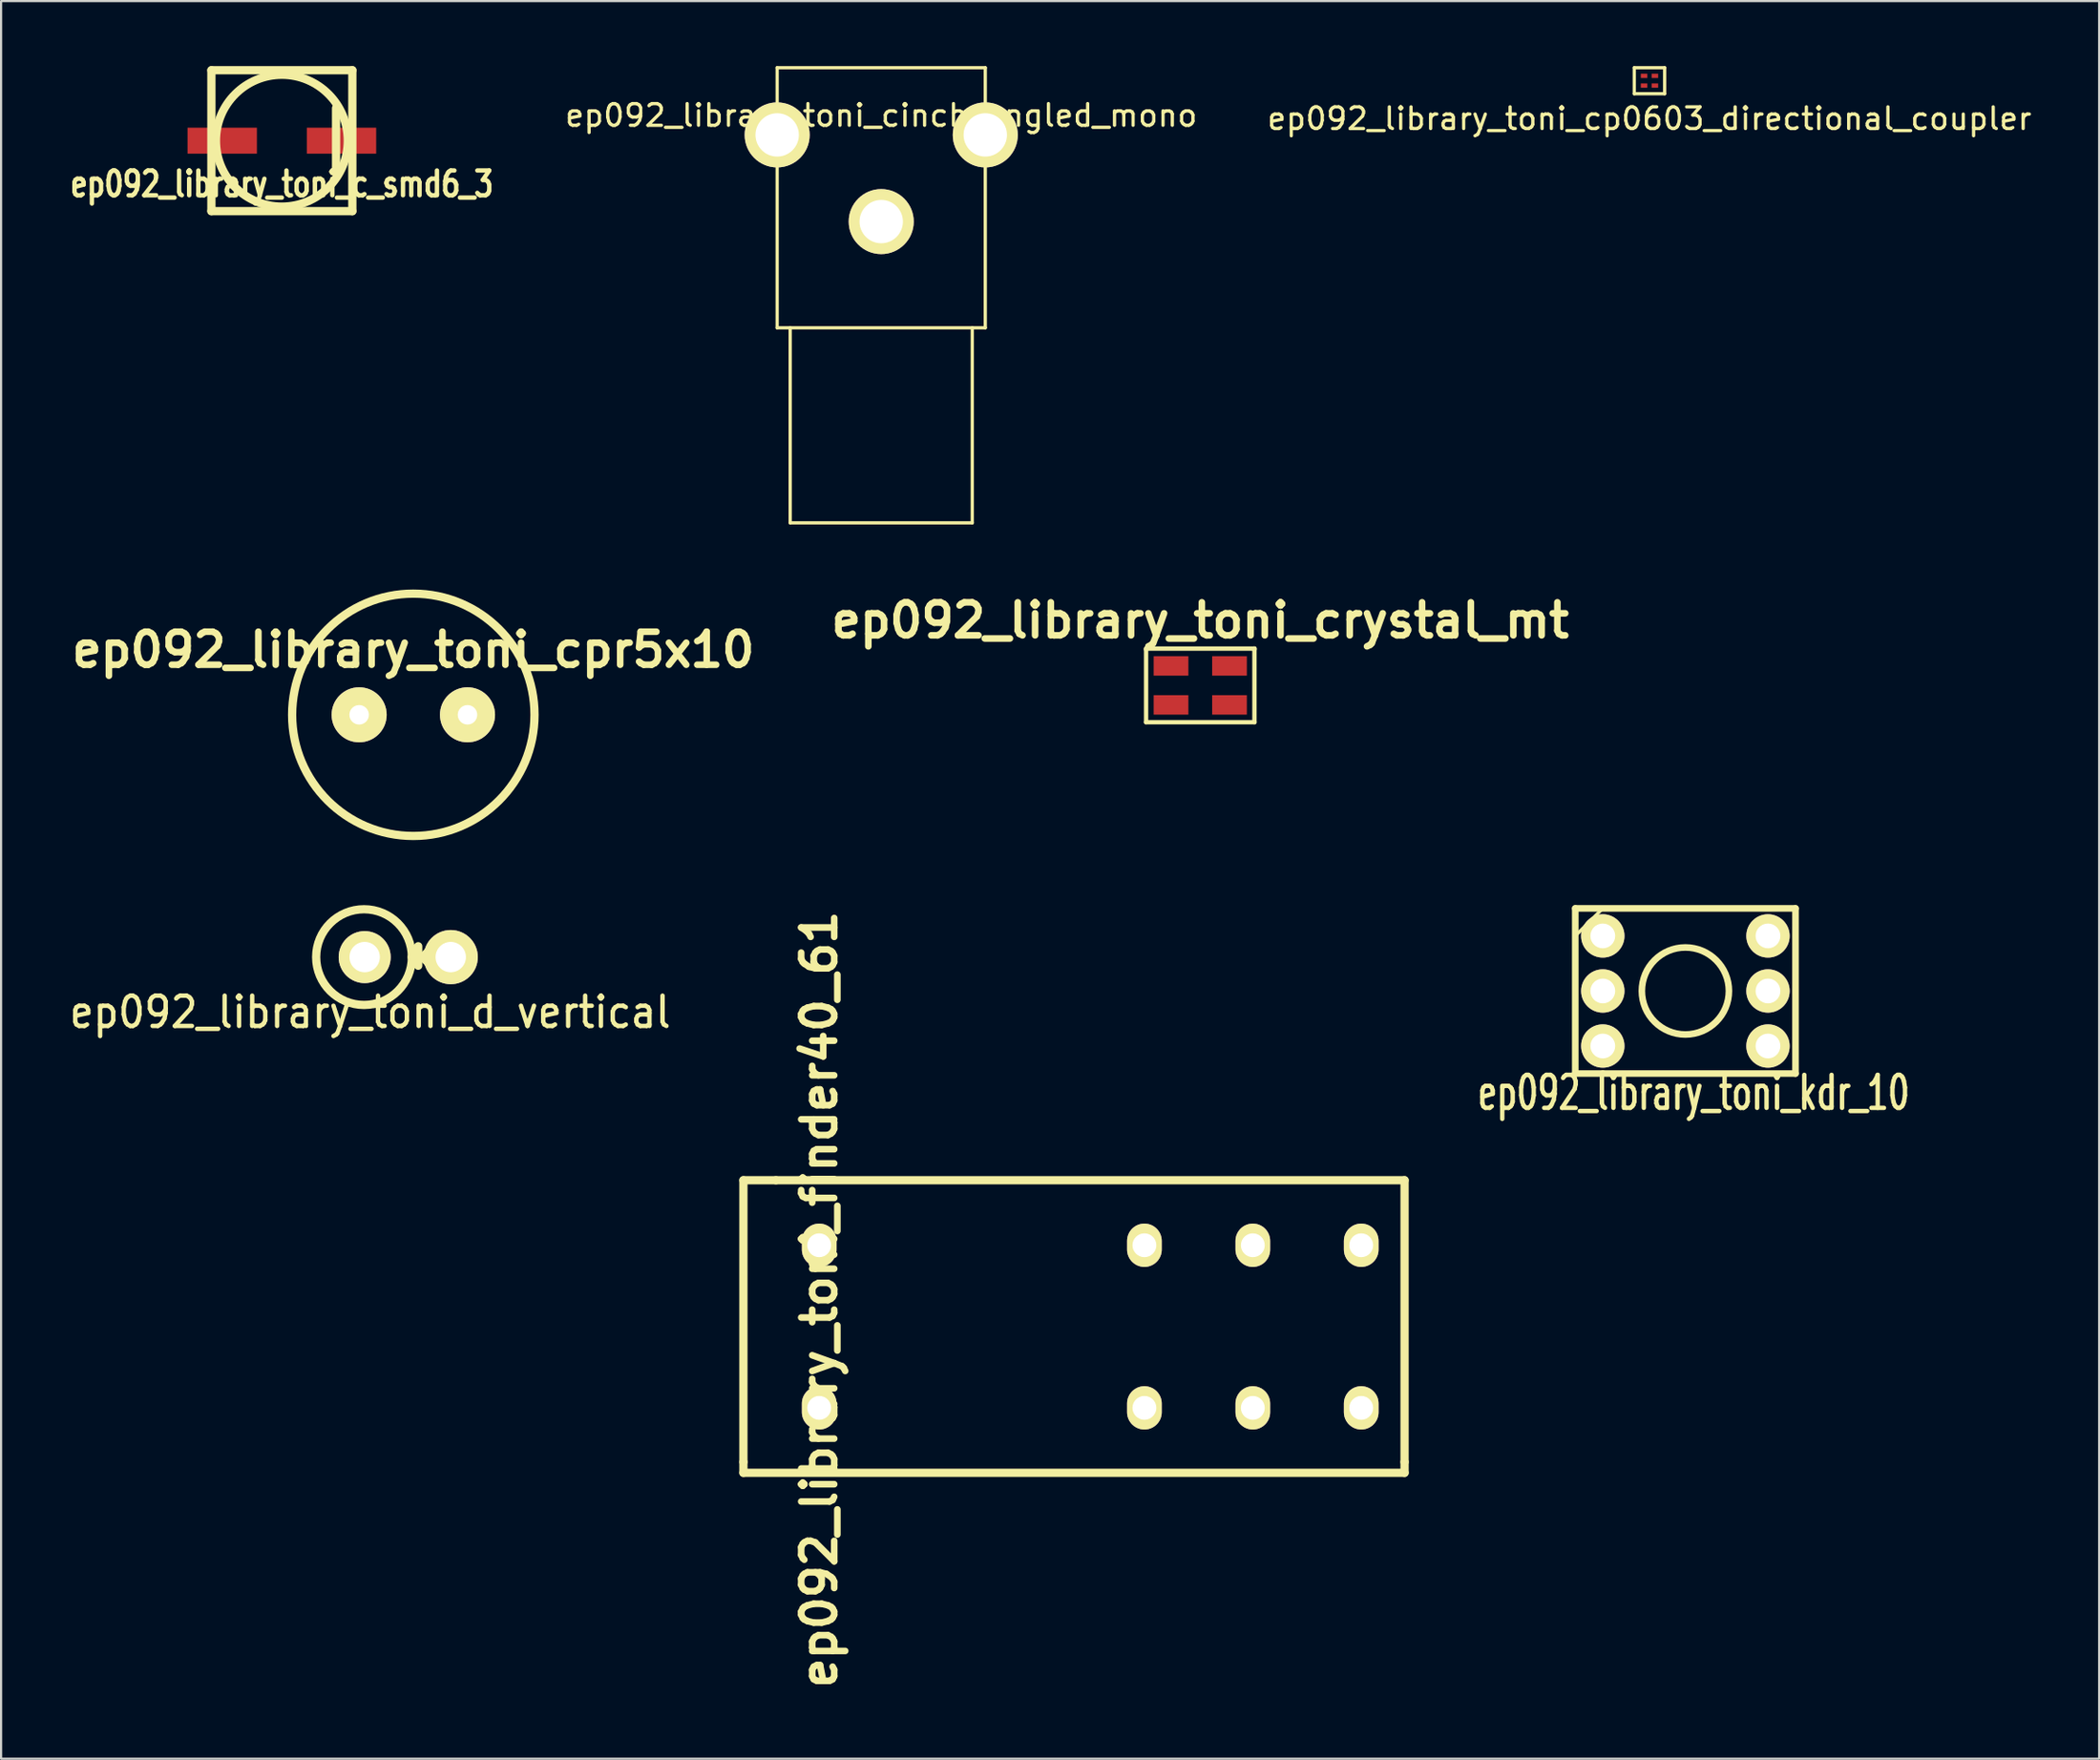
<source format=kicad_pcb>
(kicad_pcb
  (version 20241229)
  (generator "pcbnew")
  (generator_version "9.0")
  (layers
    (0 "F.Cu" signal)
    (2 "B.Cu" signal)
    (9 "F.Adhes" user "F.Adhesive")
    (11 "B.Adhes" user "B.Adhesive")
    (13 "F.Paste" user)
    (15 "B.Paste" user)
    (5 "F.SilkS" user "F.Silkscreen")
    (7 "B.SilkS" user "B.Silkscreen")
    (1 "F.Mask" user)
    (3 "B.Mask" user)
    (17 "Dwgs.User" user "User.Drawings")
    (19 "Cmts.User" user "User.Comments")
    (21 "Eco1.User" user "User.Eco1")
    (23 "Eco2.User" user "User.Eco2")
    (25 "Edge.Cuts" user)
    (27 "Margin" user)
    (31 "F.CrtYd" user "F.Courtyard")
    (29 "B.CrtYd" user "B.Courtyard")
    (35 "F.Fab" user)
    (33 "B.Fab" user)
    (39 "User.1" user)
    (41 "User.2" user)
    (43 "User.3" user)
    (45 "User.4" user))
  (footprint "ep092_library_toni_cp0603_directional_coupler"
    (layer "F.Cu")
    (at 73.042 0.675)
    (property "Reference" "ep092_library_toni_cp0603_directional_coupler" (at 0 1.75 0) (layer "F.SilkS") (effects (font (size 1 1) (thickness 0.15))))
    (attr through_hole)
    (fp_line (start -0.7 -0.6) (end 0.7 -0.6) (stroke (width 0.15) (type solid)) (layer "F.SilkS"))
    (fp_line (start -0.7 0.6) (end -0.7 -0.6) (stroke (width 0.15) (type solid)) (layer "F.SilkS"))
    (fp_line (start 0.7 -0.6) (end 0.7 0.6) (stroke (width 0.15) (type solid)) (layer "F.SilkS"))
    (fp_line (start 0.7 0.6) (end -0.7 0.6) (stroke (width 0.15) (type solid)) (layer "F.SilkS"))
    (pad "1" smd rect (at -0.25 -0.225) (size 0.3 0.2) (layers "F.Cu" "F.Mask" "F.Paste"))
    (pad "2" smd rect (at -0.25 0.225) (size 0.3 0.2) (layers "F.Cu" "F.Mask" "F.Paste"))
    (pad "3" smd rect (at 0.25 0.225) (size 0.3 0.2) (layers "F.Cu" "F.Mask" "F.Paste"))
    (pad "4" smd rect (at 0.25 -0.225) (size 0.3 0.2) (layers "F.Cu" "F.Mask" "F.Paste")))
  (footprint "ep092_library_toni_crystal_mt"
    (layer "F.Cu")
    (at 52.32 28.576)
    (property "Reference" "ep092_library_toni_crystal_mt" (at 0 -3 0) (layer "F.SilkS") (effects (font (size 1.524 1.524) (thickness 0.305))))
    (attr through_hole)
    (fp_line (start -2.499 -1.699) (end 2.499 -1.699) (stroke (width 0.201) (type solid)) (layer "F.SilkS"))
    (fp_line (start -2.499 -1.651) (end -2.499 -1.699) (stroke (width 0.201) (type solid)) (layer "F.SilkS"))
    (fp_line (start -2.499 -1.651) (end -2.499 1.699) (stroke (width 0.201) (type solid)) (layer "F.SilkS"))
    (fp_line (start -2.499 1.699) (end 2.499 1.699) (stroke (width 0.201) (type solid)) (layer "F.SilkS"))
    (fp_line (start 2.499 -1.699) (end 2.499 -1.651) (stroke (width 0.201) (type solid)) (layer "F.SilkS"))
    (fp_line (start 2.499 1.699) (end 2.499 -1.699) (stroke (width 0.201) (type solid)) (layer "F.SilkS"))
    (pad "1" smd rect (at -1.349 0.899) (size 1.6 0.899) (layers "F.Cu" "F.Mask" "F.Paste"))
    (pad "2" smd rect (at 1.349 -0.899) (size 1.6 0.899) (layers "F.Cu" "F.Mask" "F.Paste"))
    (pad "GND" smd rect (at -1.349 -0.899) (size 1.6 0.899) (layers "F.Cu" "F.Mask" "F.Paste"))
    (pad "GND" smd rect (at 1.349 0.899) (size 1.6 0.899) (layers "F.Cu" "F.Mask" "F.Paste")))
  (footprint "ep092_library_toni_cpr5x10"
    (layer "F.Cu")
    (at 16.017 29.932)
    (property "Reference" "ep092_library_toni_cpr5x10" (at 0 -3 0) (layer "F.SilkS") (effects (font (size 1.524 1.524) (thickness 0.305))))
    (attr through_hole)
    (fp_circle (center 0 0) (end 5.001 -2.499) (stroke (width 0.381) (type solid)) (fill no) (layer "F.SilkS"))
    (pad "1" thru_hole circle (at -2.499 0) (size 2.54 2.54) (drill 0.899) (layers "*.Cu" "*.Mask" "F.SilkS"))
    (pad "2" thru_hole circle (at 2.499 0) (size 2.54 2.54) (drill 0.899) (layers "*.Cu" "*.Mask" "F.SilkS")))
  (footprint "ep092_library_toni_cinch_angled_mono"
    (layer "F.Cu")
    (at 37.602 7.175)
    (property "Reference" "ep092_library_toni_cinch_angled_mono" (at 0 -4.9 0) (layer "F.SilkS") (effects (font (size 1 1) (thickness 0.15))))
    (attr through_hole)
    (fp_line (start -4.8 -7.1) (end 4.8 -7.1) (stroke (width 0.15) (type solid)) (layer "F.SilkS"))
    (fp_line (start -4.8 4.9) (end -4.8 -7.1) (stroke (width 0.15) (type solid)) (layer "F.SilkS"))
    (fp_line (start -4.2 4.9) (end -4.2 13.9) (stroke (width 0.15) (type solid)) (layer "F.SilkS"))
    (fp_line (start -4.2 13.9) (end 4.2 13.9) (stroke (width 0.15) (type solid)) (layer "F.SilkS"))
    (fp_line (start 4.2 13.9) (end 4.2 4.9) (stroke (width 0.15) (type solid)) (layer "F.SilkS"))
    (fp_line (start 4.8 -7.1) (end 4.8 4.9) (stroke (width 0.15) (type solid)) (layer "F.SilkS"))
    (fp_line (start 4.8 4.9) (end -4.8 4.9) (stroke (width 0.15) (type solid)) (layer "F.SilkS"))
    (pad "1" thru_hole circle (at -4.8 -4) (size 3 3) (drill 2) (layers "*.Cu" "*.Mask" "F.SilkS"))
    (pad "1" thru_hole circle (at 4.8 -4) (size 3 3) (drill 2) (layers "*.Cu" "*.Mask" "F.SilkS"))
    (pad "2" thru_hole circle (at 0 0) (size 3 3) (drill 2) (layers "*.Cu" "*.Mask" "F.SilkS")))
  (footprint "ep092_library_toni_kdr_10"
    (layer "F.Cu")
    (at 74.699 42.675)
    (property "Reference" "ep092_library_toni_kdr_10" (at 0.381 4.699 0) (layer "F.SilkS") (effects (font (size 1.524 1.016) (thickness 0.203))))
    (attr through_hole)
    (fp_line (start -5.08 -3.81) (end -5.08 3.81) (stroke (width 0.305) (type solid)) (layer "F.SilkS"))
    (fp_line (start -5.08 -2.54) (end -3.81 -3.81) (stroke (width 0.15) (type solid)) (layer "F.SilkS"))
    (fp_line (start -5.08 3.81) (end -3.81 3.81) (stroke (width 0.305) (type solid)) (layer "F.SilkS"))
    (fp_line (start -3.81 3.81) (end 5.08 3.81) (stroke (width 0.305) (type solid)) (layer "F.SilkS"))
    (fp_line (start 5.08 -3.81) (end -5.08 -3.81) (stroke (width 0.305) (type solid)) (layer "F.SilkS"))
    (fp_line (start 5.08 3.81) (end 5.08 -3.81) (stroke (width 0.305) (type solid)) (layer "F.SilkS"))
    (fp_circle (center 0 0) (end 1.905 0.635) (stroke (width 0.305) (type solid)) (fill no) (layer "F.SilkS"))
    (pad "1" thru_hole circle (at -3.81 0) (size 2 2) (drill 1.143) (layers "*.Cu" "*.Mask" "F.SilkS"))
    (pad "1" thru_hole circle (at 3.81 0) (size 2 2) (drill 1.143) (layers "*.Cu" "*.Mask" "F.SilkS"))
    (pad "2" thru_hole circle (at -3.81 -2.54) (size 2 2) (drill 1.143) (layers "*.Cu" "*.Mask" "F.SilkS"))
    (pad "3" thru_hole circle (at 3.81 2.54) (size 2 2) (drill 1.143) (layers "*.Cu" "*.Mask" "F.SilkS"))
    (pad "4" thru_hole circle (at -3.81 2.54) (size 2 2) (drill 1.143) (layers "*.Cu" "*.Mask" "F.SilkS"))
    (pad "5" thru_hole circle (at 3.81 -2.54) (size 2 2) (drill 1.143) (layers "*.Cu" "*.Mask" "F.SilkS")))
  (footprint "ep092_library_toni_d_vertical"
    (layer "F.Cu")
    (at 15.043 41.112)
    (property "Reference" "ep092_library_toni_d_vertical" (at -1.016 2.54 0) (layer "F.SilkS") (effects (font (size 1.397 1.27) (thickness 0.203))))
    (attr through_hole)
    (fp_line (start 0.899 0) (end 2.7 0) (stroke (width 0.381) (type solid)) (layer "F.SilkS"))
    (fp_line (start 1.199 -0.5) (end 1.199 0.399) (stroke (width 0.381) (type solid)) (layer "F.SilkS"))
    (fp_line (start 1.4 0) (end 1.9 -0.5) (stroke (width 0.381) (type solid)) (layer "F.SilkS"))
    (fp_line (start 1.9 -0.5) (end 1.9 0.5) (stroke (width 0.381) (type solid)) (layer "F.SilkS"))
    (fp_line (start 1.9 0.5) (end 1.4 0) (stroke (width 0.381) (type solid)) (layer "F.SilkS"))
    (fp_circle (center -1.3 0) (end 0.899 0.201) (stroke (width 0.381) (type solid)) (fill no) (layer "F.SilkS"))
    (pad "1" thru_hole circle (at 2.7 0) (size 2.499 2.499) (drill 1.4) (layers "*.Cu" "*.Mask" "F.SilkS"))
    (pad "2" thru_hole circle (at -1.27 0) (size 2.4 2.4) (drill 1.4) (layers "*.Cu" "*.Mask" "F.SilkS")))
  (footprint "ep092_library_toni_finder40_61"
    (layer "F.Cu")
    (at 46.743 58.408)
    (property "Reference" "ep092_library_toni_finder40_61" (at -11.999 -1.501 90) (layer "F.SilkS") (effects (font (size 1.524 1.524) (thickness 0.305))))
    (attr through_hole)
    (fp_line (start -15.499 -7) (end -13.998 -7) (stroke (width 0.381) (type solid)) (layer "F.SilkS"))
    (fp_line (start -15.499 6.002) (end -15.499 -7) (stroke (width 0.381) (type solid)) (layer "F.SilkS"))
    (fp_line (start -15.499 6.5) (end -15.499 5.999) (stroke (width 0.381) (type solid)) (layer "F.SilkS"))
    (fp_line (start -13.998 -7) (end 15.001 -7) (stroke (width 0.381) (type solid)) (layer "F.SilkS"))
    (fp_line (start 15.001 -7) (end 15.001 6.002) (stroke (width 0.381) (type solid)) (layer "F.SilkS"))
    (fp_line (start 15.001 5.999) (end 15.001 6.5) (stroke (width 0.381) (type solid)) (layer "F.SilkS"))
    (fp_line (start 15.001 6.5) (end -15.499 6.5) (stroke (width 0.381) (type solid)) (layer "F.SilkS"))
    (pad "11" thru_hole oval (at 8.001 -4 90) (size 1.999 1.6) (drill 1.1) (layers "*.Cu" "*.Mask" "F.SilkS"))
    (pad "11" thru_hole oval (at 8.001 3.503 90) (size 1.999 1.6) (drill 1.1) (layers "*.Cu" "*.Mask" "F.SilkS"))
    (pad "12" thru_hole oval (at 3 -4 90) (size 1.999 1.6) (drill 1.1) (layers "*.Cu" "*.Mask" "F.SilkS"))
    (pad "12" thru_hole oval (at 3 3.503 90) (size 1.999 1.6) (drill 1.1) (layers "*.Cu" "*.Mask" "F.SilkS"))
    (pad "14" thru_hole oval (at 13.002 -4 90) (size 1.999 1.6) (drill 1.1) (layers "*.Cu" "*.Mask" "F.SilkS"))
    (pad "14" thru_hole oval (at 13.002 3.503 90) (size 1.999 1.6) (drill 1.1) (layers "*.Cu" "*.Mask" "F.SilkS"))
    (pad "A1" thru_hole oval (at -12.002 -4 90) (size 1.999 1.6) (drill 1.1) (layers "*.Cu" "*.Mask" "F.SilkS"))
    (pad "A2" thru_hole oval (at -12.002 3.503 90) (size 1.999 1.6) (drill 1.1) (layers "*.Cu" "*.Mask" "F.SilkS")))
  (footprint "ep092_library_toni_c_smd6_3"
    (layer "F.Cu")
    (at 9.953 3.442)
    (property "Reference" "ep092_library_toni_c_smd6_3" (at 0 1.999 0) (layer "F.SilkS") (effects (font (size 1.143 0.889) (thickness 0.203))))
    (attr through_hole)
    (fp_line (start -3.251 -3.251) (end 3.251 -3.251) (stroke (width 0.381) (type solid)) (layer "F.SilkS"))
    (fp_line (start -3.251 3.251) (end -3.251 -3.251) (stroke (width 0.381) (type solid)) (layer "F.SilkS"))
    (fp_line (start 2.499 -1.501) (end 2.499 1.501) (stroke (width 0.381) (type solid)) (layer "F.SilkS"))
    (fp_line (start 3.251 -3.251) (end 3.251 3.251) (stroke (width 0.381) (type solid)) (layer "F.SilkS"))
    (fp_line (start 3.251 3.251) (end -3.251 3.251) (stroke (width 0.381) (type solid)) (layer "F.SilkS"))
    (fp_circle (center 0 0) (end 3 0.5) (stroke (width 0.381) (type solid)) (fill no) (layer "F.SilkS"))
    (pad "1" smd rect (at -2.751 0) (size 3.2 1.199) (layers "F.Cu" "F.Mask" "F.Paste"))
    (pad "2" smd rect (at 2.751 0) (size 3.2 1.199) (layers "F.Cu" "F.Mask" "F.Paste")))
  (gr_rect
    (start -3 -3)
    (end 93.786 78.1)
    (stroke (width 0.1) (type default))
    (fill no)
    (layer "Edge.Cuts")))
</source>
